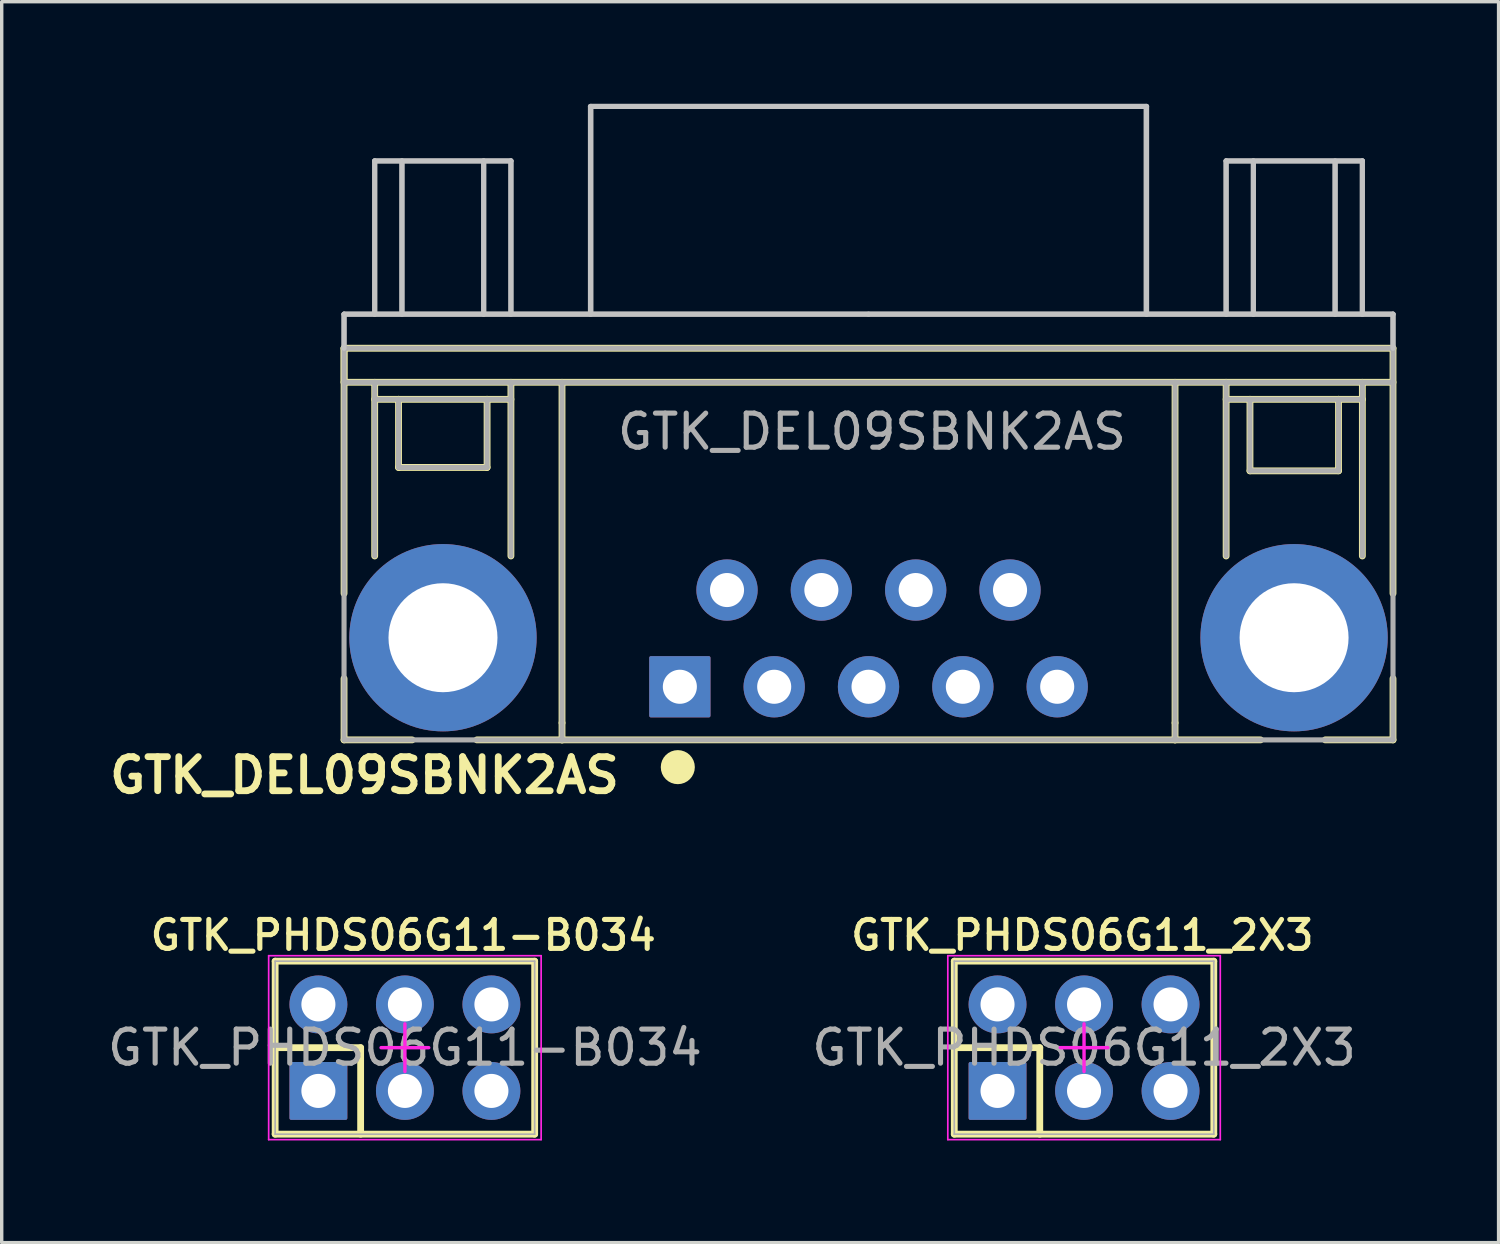
<source format=kicad_pcb>
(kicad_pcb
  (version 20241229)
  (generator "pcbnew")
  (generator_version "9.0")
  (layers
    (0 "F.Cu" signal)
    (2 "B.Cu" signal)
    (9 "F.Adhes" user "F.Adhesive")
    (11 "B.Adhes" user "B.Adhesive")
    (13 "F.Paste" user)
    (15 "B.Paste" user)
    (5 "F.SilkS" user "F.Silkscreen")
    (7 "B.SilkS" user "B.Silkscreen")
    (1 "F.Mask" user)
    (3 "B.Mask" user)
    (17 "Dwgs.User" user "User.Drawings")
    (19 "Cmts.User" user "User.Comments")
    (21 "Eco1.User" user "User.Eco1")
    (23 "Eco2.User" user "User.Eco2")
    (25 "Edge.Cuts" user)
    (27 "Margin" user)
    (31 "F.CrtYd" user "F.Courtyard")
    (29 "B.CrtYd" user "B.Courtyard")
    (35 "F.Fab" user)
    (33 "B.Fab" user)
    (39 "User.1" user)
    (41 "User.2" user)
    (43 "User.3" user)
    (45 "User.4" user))
  (footprint "GTK_DEL09SBNK2AS"
    (layer "F.Cu")
    (at 22.452 6.175)
    (property "Reference" "GTK_DEL09SBNK2AS" (at -14.8 13.54 180) (layer "F.SilkS") (effects (font (size 1 1) (thickness 0.2))))
    (attr through_hole)
    (fp_line (start -15.4 1) (end -15.4 2) (stroke (width 0.2) (type solid)) (layer "F.SilkS"))
    (fp_line (start -15.4 1) (end -15.4 8.2) (stroke (width 0.2) (type solid)) (layer "F.SilkS"))
    (fp_line (start -15.4 12.5) (end -15.4 10.7) (stroke (width 0.2) (type solid)) (layer "F.SilkS"))
    (fp_line (start -14.5 7.1) (end -14.5 2) (stroke (width 0.2) (type solid)) (layer "F.SilkS"))
    (fp_line (start -13.8 2.5) (end -14.5 2.5) (stroke (width 0.2) (type solid)) (layer "F.SilkS"))
    (fp_line (start -13.8 2.5) (end -11.2 2.5) (stroke (width 0.2) (type solid)) (layer "F.SilkS"))
    (fp_line (start -13.8 4.5) (end -13.8 2.5) (stroke (width 0.2) (type solid)) (layer "F.SilkS"))
    (fp_line (start -13.4 12.5) (end -15.4 12.5) (stroke (width 0.2) (type solid)) (layer "F.SilkS"))
    (fp_line (start -11.5 12.5) (end -8.99 12.5) (stroke (width 0.2) (type solid)) (layer "F.SilkS"))
    (fp_line (start -11.2 2.5) (end -11.2 4.5) (stroke (width 0.2) (type solid)) (layer "F.SilkS"))
    (fp_line (start -11.2 2.5) (end -10.5 2.5) (stroke (width 0.2) (type solid)) (layer "F.SilkS"))
    (fp_line (start -11.2 4.5) (end -13.8 4.5) (stroke (width 0.2) (type solid)) (layer "F.SilkS"))
    (fp_line (start -10.5 7.1) (end -10.5 2) (stroke (width 0.2) (type solid)) (layer "F.SilkS"))
    (fp_line (start -9 2) (end -9 12) (stroke (width 0.2) (type solid)) (layer "F.SilkS"))
    (fp_line (start -9 12) (end -9 12.5) (stroke (width 0.2) (type solid)) (layer "F.SilkS"))
    (fp_line (start 9 12) (end 9 2) (stroke (width 0.2) (type solid)) (layer "F.SilkS"))
    (fp_line (start 9 12) (end 9 12.5) (stroke (width 0.2) (type solid)) (layer "F.SilkS"))
    (fp_line (start 9 12.5) (end -9 12.5) (stroke (width 0.2) (type solid)) (layer "F.SilkS"))
    (fp_line (start 9 12.5) (end 11.51 12.5) (stroke (width 0.2) (type solid)) (layer "F.SilkS"))
    (fp_line (start 10.5 2.5) (end 11.2 2.5) (stroke (width 0.2) (type solid)) (layer "F.SilkS"))
    (fp_line (start 10.5 7.1) (end 10.5 2) (stroke (width 0.2) (type solid)) (layer "F.SilkS"))
    (fp_line (start 11.2 2.5) (end 13.8 2.5) (stroke (width 0.2) (type solid)) (layer "F.SilkS"))
    (fp_line (start 11.2 4.6) (end 11.2 2.5) (stroke (width 0.2) (type solid)) (layer "F.SilkS"))
    (fp_line (start 13.8 2.5) (end 13.8 4.6) (stroke (width 0.2) (type solid)) (layer "F.SilkS"))
    (fp_line (start 13.8 2.5) (end 14.5 2.5) (stroke (width 0.2) (type solid)) (layer "F.SilkS"))
    (fp_line (start 13.8 4.6) (end 11.2 4.6) (stroke (width 0.2) (type solid)) (layer "F.SilkS"))
    (fp_line (start 14.5 7.1) (end 14.5 2) (stroke (width 0.2) (type solid)) (layer "F.SilkS"))
    (fp_line (start 15.4 1) (end -15.4 1) (stroke (width 0.2) (type solid)) (layer "F.SilkS"))
    (fp_line (start 15.4 1) (end 15.4 8.2) (stroke (width 0.2) (type solid)) (layer "F.SilkS"))
    (fp_line (start 15.4 2) (end -15.4 2) (stroke (width 0.2) (type solid)) (layer "F.SilkS"))
    (fp_line (start 15.4 2) (end 15.4 1) (stroke (width 0.15) (type solid)) (layer "F.SilkS"))
    (fp_line (start 15.4 12.5) (end 13.41 12.5) (stroke (width 0.2) (type solid)) (layer "F.SilkS"))
    (fp_line (start 15.4 12.5) (end 15.4 10.7) (stroke (width 0.2) (type solid)) (layer "F.SilkS"))
    (fp_circle (center -5.6 13.3) (end -5.35 13.3) (stroke (width 0.5) (type solid)) (fill no) (layer "F.SilkS"))
    (fp_line (start -15.4 1) (end -15.4 0) (stroke (width 0.15) (type solid)) (layer "Dwgs.User"))
    (fp_line (start -14.5 -4.5) (end -10.5 -4.5) (stroke (width 0.15) (type solid)) (layer "Dwgs.User"))
    (fp_line (start -14.5 0) (end -14.5 -4.5) (stroke (width 0.15) (type solid)) (layer "Dwgs.User"))
    (fp_line (start -13.7 -4.5) (end -13.7 0) (stroke (width 0.15) (type solid)) (layer "Dwgs.User"))
    (fp_line (start -11.3 0) (end -11.3 -4.5) (stroke (width 0.15) (type solid)) (layer "Dwgs.User"))
    (fp_line (start -10.5 -4.5) (end -10.5 0) (stroke (width 0.15) (type solid)) (layer "Dwgs.User"))
    (fp_line (start -8.165 -6.1) (end -8.165 0) (stroke (width 0.15) (type solid)) (layer "Dwgs.User"))
    (fp_line (start 0 0) (end -15.4 0) (stroke (width 0.15) (type solid)) (layer "Dwgs.User"))
    (fp_line (start 0 0) (end 15.4 0) (stroke (width 0.15) (type solid)) (layer "Dwgs.User"))
    (fp_line (start 8.165 -6.1) (end -8.165 -6.1) (stroke (width 0.15) (type solid)) (layer "Dwgs.User"))
    (fp_line (start 8.165 0) (end 8.165 -6.1) (stroke (width 0.15) (type solid)) (layer "Dwgs.User"))
    (fp_line (start 10.5 -4.5) (end 14.5 -4.5) (stroke (width 0.15) (type solid)) (layer "Dwgs.User"))
    (fp_line (start 10.5 0) (end 10.5 -4.5) (stroke (width 0.15) (type solid)) (layer "Dwgs.User"))
    (fp_line (start 11.3 -4.5) (end 11.3 0) (stroke (width 0.15) (type solid)) (layer "Dwgs.User"))
    (fp_line (start 13.7 0) (end 13.7 -4.5) (stroke (width 0.15) (type solid)) (layer "Dwgs.User"))
    (fp_line (start 14.5 -4.5) (end 14.5 0) (stroke (width 0.15) (type solid)) (layer "Dwgs.User"))
    (fp_line (start 15.4 1) (end 15.4 0) (stroke (width 0.15) (type solid)) (layer "Dwgs.User"))
    (fp_line (start -15.4 0) (end -15.4 1) (stroke (width 0.15) (type solid)) (layer "F.Fab"))
    (fp_line (start -15.4 1) (end 15.4 1) (stroke (width 0.15) (type solid)) (layer "F.Fab"))
    (fp_line (start -15.4 2) (end 15.4 2) (stroke (width 0.15) (type solid)) (layer "F.Fab"))
    (fp_line (start -15.4 12.5) (end -15.4 1) (stroke (width 0.15) (type solid)) (layer "F.Fab"))
    (fp_line (start -14.5 -4.5) (end -10.5 -4.5) (stroke (width 0.15) (type solid)) (layer "F.Fab"))
    (fp_line (start -14.5 0) (end -14.5 -4.5) (stroke (width 0.15) (type solid)) (layer "F.Fab"))
    (fp_line (start -14.5 2.5) (end -10.5 2.5) (stroke (width 0.15) (type solid)) (layer "F.Fab"))
    (fp_line (start -14.5 7.1) (end -14.5 2) (stroke (width 0.15) (type solid)) (layer "F.Fab"))
    (fp_line (start -13.8 4.5) (end -13.8 2.5) (stroke (width 0.15) (type solid)) (layer "F.Fab"))
    (fp_line (start -13.7 -4.5) (end -13.7 0) (stroke (width 0.15) (type solid)) (layer "F.Fab"))
    (fp_line (start -11.3 0) (end -11.3 -4.5) (stroke (width 0.15) (type solid)) (layer "F.Fab"))
    (fp_line (start -11.2 2.5) (end -11.2 4.5) (stroke (width 0.15) (type solid)) (layer "F.Fab"))
    (fp_line (start -11.2 4.5) (end -13.8 4.5) (stroke (width 0.15) (type solid)) (layer "F.Fab"))
    (fp_line (start -10.5 -4.5) (end -10.5 0) (stroke (width 0.15) (type solid)) (layer "F.Fab"))
    (fp_line (start -10.5 2) (end -10.5 7.1) (stroke (width 0.15) (type solid)) (layer "F.Fab"))
    (fp_line (start -9 12.5) (end -9 2) (stroke (width 0.15) (type solid)) (layer "F.Fab"))
    (fp_line (start -8.15 -6.1) (end 8.15 -6.1) (stroke (width 0.15) (type solid)) (layer "F.Fab"))
    (fp_line (start -8.15 0) (end -8.15 -6.1) (stroke (width 0.15) (type solid)) (layer "F.Fab"))
    (fp_line (start 8.15 -6.1) (end 8.15 0) (stroke (width 0.15) (type solid)) (layer "F.Fab"))
    (fp_line (start 9 2) (end 9 12.5) (stroke (width 0.15) (type solid)) (layer "F.Fab"))
    (fp_line (start 10.5 -4.5) (end 14.5 -4.5) (stroke (width 0.15) (type solid)) (layer "F.Fab"))
    (fp_line (start 10.5 0) (end 10.5 -4.5) (stroke (width 0.15) (type solid)) (layer "F.Fab"))
    (fp_line (start 10.5 2.5) (end 14.5 2.5) (stroke (width 0.15) (type solid)) (layer "F.Fab"))
    (fp_line (start 10.5 7.1) (end 10.5 2) (stroke (width 0.15) (type solid)) (layer "F.Fab"))
    (fp_line (start 11.2 4.6) (end 11.2 2.5) (stroke (width 0.15) (type solid)) (layer "F.Fab"))
    (fp_line (start 11.3 -4.5) (end 11.3 0) (stroke (width 0.15) (type solid)) (layer "F.Fab"))
    (fp_line (start 13.7 0) (end 13.7 -4.45) (stroke (width 0.15) (type solid)) (layer "F.Fab"))
    (fp_line (start 13.8 2.5) (end 13.8 4.6) (stroke (width 0.15) (type solid)) (layer "F.Fab"))
    (fp_line (start 13.8 4.6) (end 11.2 4.6) (stroke (width 0.15) (type solid)) (layer "F.Fab"))
    (fp_line (start 14.5 -4.5) (end 14.5 -0.05) (stroke (width 0.15) (type solid)) (layer "F.Fab"))
    (fp_line (start 14.5 -0.05) (end 14.5 0) (stroke (width 0.15) (type solid)) (layer "F.Fab"))
    (fp_line (start 14.5 2) (end 14.5 7.1) (stroke (width 0.15) (type solid)) (layer "F.Fab"))
    (fp_line (start 15.4 0) (end -15.4 0) (stroke (width 0.15) (type solid)) (layer "F.Fab"))
    (fp_line (start 15.4 1) (end 15.4 0) (stroke (width 0.15) (type solid)) (layer "F.Fab"))
    (fp_line (start 15.4 1) (end 15.4 12.5) (stroke (width 0.15) (type solid)) (layer "F.Fab"))
    (fp_line (start 15.4 12.5) (end -15.4 12.5) (stroke (width 0.15) (type solid)) (layer "F.Fab"))
    (fp_text user "${REFERENCE}" (at 0.1 3.45 0) (layer "F.Fab") (effects (font (size 1 1) (thickness 0.15))))
    (pad "1" thru_hole roundrect (at -5.54 10.94) (size 1.8 1.8) (drill 1) (layers "*.Cu" "*.Mask") (roundrect_rratio 0.028))
    (pad "2" thru_hole oval (at -2.77 10.94) (size 1.8 1.8) (drill 1) (layers "*.Cu" "*.Mask"))
    (pad "3" thru_hole oval (at 0 10.94) (size 1.8 1.8) (drill 1) (layers "*.Cu" "*.Mask"))
    (pad "4" thru_hole oval (at 2.77 10.94) (size 1.8 1.8) (drill 1) (layers "*.Cu" "*.Mask"))
    (pad "5" thru_hole circle (at 5.54 10.94) (size 1.8 1.8) (drill 1) (layers "*.Cu" "*.Mask"))
    (pad "6" thru_hole oval (at -4.155 8.1) (size 1.8 1.8) (drill 1) (layers "*.Cu" "*.Mask"))
    (pad "7" thru_hole oval (at -1.385 8.1) (size 1.8 1.8) (drill 1) (layers "*.Cu" "*.Mask"))
    (pad "8" thru_hole oval (at 1.385 8.1) (size 1.8 1.8) (drill 1) (layers "*.Cu" "*.Mask"))
    (pad "9" thru_hole oval (at 4.155 8.1) (size 1.8 1.8) (drill 1) (layers "*.Cu" "*.Mask"))
    (pad "G1" thru_hole circle (at -12.495 9.5) (size 5.5 5.5) (drill 3.2) (layers "*.Cu" "*.Mask"))
    (pad "G2" thru_hole circle (at 12.495 9.5) (size 5.5 5.5) (drill 3.2) (layers "*.Cu" "*.Mask")))
  (footprint "GTK_PHDS06G11-B034"
    (layer "F.Cu")
    (at 8.839 27.712)
    (property "Reference" "GTK_PHDS06G11-B034" (at -0.05 -3.3 180) (layer "F.SilkS") (effects (font (size 0.85 0.85) (thickness 0.15))))
    (attr through_hole)
    (fp_line (start -3.81 -2.54) (end 3.81 -2.54) (stroke (width 0.2) (type solid)) (layer "F.SilkS"))
    (fp_line (start -3.81 0) (end -1.3 0) (stroke (width 0.2) (type solid)) (layer "F.SilkS"))
    (fp_line (start -3.81 2.54) (end -3.81 -2.54) (stroke (width 0.2) (type solid)) (layer "F.SilkS"))
    (fp_line (start -1.3 0) (end -1.3 2.54) (stroke (width 0.2) (type solid)) (layer "F.SilkS"))
    (fp_line (start 3.81 -2.54) (end 3.81 2.54) (stroke (width 0.2) (type solid)) (layer "F.SilkS"))
    (fp_line (start 3.81 2.54) (end -3.81 2.54) (stroke (width 0.2) (type solid)) (layer "F.SilkS"))
    (fp_line (start -4 -2.7) (end 4 -2.7) (stroke (width 0.05) (type solid)) (layer "F.CrtYd"))
    (fp_line (start -4 2.7) (end -4 -2.7) (stroke (width 0.05) (type solid)) (layer "F.CrtYd"))
    (fp_line (start 0 -0.7) (end 0 0.7) (stroke (width 0.1) (type solid)) (layer "F.CrtYd"))
    (fp_line (start 0.7 0) (end -0.7 0) (stroke (width 0.1) (type solid)) (layer "F.CrtYd"))
    (fp_line (start 4 -2.7) (end 4 2.7) (stroke (width 0.05) (type solid)) (layer "F.CrtYd"))
    (fp_line (start 4 2.7) (end -4 2.7) (stroke (width 0.05) (type solid)) (layer "F.CrtYd"))
    (fp_line (start -3.81 -2.54) (end 3.81 -2.54) (stroke (width 0.05) (type solid)) (layer "F.Fab"))
    (fp_line (start -3.81 2.54) (end -3.81 -2.54) (stroke (width 0.05) (type solid)) (layer "F.Fab"))
    (fp_line (start 3.81 -2.54) (end 3.81 2.54) (stroke (width 0.05) (type solid)) (layer "F.Fab"))
    (fp_line (start 3.81 2.54) (end -3.81 2.54) (stroke (width 0.05) (type solid)) (layer "F.Fab"))
    (fp_text user "${REFERENCE}" (at 0 0 0) (layer "F.Fab") (effects (font (size 1 1) (thickness 0.15))))
    (pad "1" thru_hole roundrect (at -2.54 1.27) (size 1.7 1.7) (drill 1) (layers "*.Cu" "*.Mask") (roundrect_rratio 0.03))
    (pad "2" thru_hole circle (at -2.54 -1.27) (size 1.7 1.7) (drill 1) (layers "*.Cu" "*.Mask"))
    (pad "3" thru_hole circle (at 0 1.27) (size 1.7 1.7) (drill 1) (layers "*.Cu" "*.Mask"))
    (pad "4" thru_hole circle (at 0 -1.27) (size 1.7 1.7) (drill 1) (layers "*.Cu" "*.Mask"))
    (pad "5" thru_hole circle (at 2.54 1.27) (size 1.7 1.7) (drill 1) (layers "*.Cu" "*.Mask"))
    (pad "6" thru_hole circle (at 2.54 -1.27) (size 1.7 1.7) (drill 1) (layers "*.Cu" "*.Mask")))
  (footprint "GTK_PHDS06G11_2X3"
    (layer "F.Cu")
    (at 28.78 27.712)
    (property "Reference" "GTK_PHDS06G11_2X3" (at -0.05 -3.3 180) (layer "F.SilkS") (effects (font (size 0.85 0.85) (thickness 0.15))))
    (attr through_hole)
    (fp_line (start -3.81 -2.54) (end 3.81 -2.54) (stroke (width 0.2) (type solid)) (layer "F.SilkS"))
    (fp_line (start -3.81 0) (end -1.3 0) (stroke (width 0.2) (type solid)) (layer "F.SilkS"))
    (fp_line (start -3.81 2.54) (end -3.81 -2.54) (stroke (width 0.2) (type solid)) (layer "F.SilkS"))
    (fp_line (start -1.3 0) (end -1.3 2.54) (stroke (width 0.2) (type solid)) (layer "F.SilkS"))
    (fp_line (start 3.81 -2.54) (end 3.81 2.54) (stroke (width 0.2) (type solid)) (layer "F.SilkS"))
    (fp_line (start 3.81 2.54) (end -3.81 2.54) (stroke (width 0.2) (type solid)) (layer "F.SilkS"))
    (fp_line (start -4 -2.7) (end 4 -2.7) (stroke (width 0.05) (type solid)) (layer "F.CrtYd"))
    (fp_line (start -4 2.7) (end -4 -2.7) (stroke (width 0.05) (type solid)) (layer "F.CrtYd"))
    (fp_line (start 0 -0.7) (end 0 0.7) (stroke (width 0.1) (type solid)) (layer "F.CrtYd"))
    (fp_line (start 0.7 0) (end -0.7 0) (stroke (width 0.1) (type solid)) (layer "F.CrtYd"))
    (fp_line (start 4 -2.7) (end 4 2.7) (stroke (width 0.05) (type solid)) (layer "F.CrtYd"))
    (fp_line (start 4 2.7) (end -4 2.7) (stroke (width 0.05) (type solid)) (layer "F.CrtYd"))
    (fp_line (start -3.81 -2.54) (end 3.81 -2.54) (stroke (width 0.05) (type solid)) (layer "F.Fab"))
    (fp_line (start -3.81 2.54) (end -3.81 -2.54) (stroke (width 0.05) (type solid)) (layer "F.Fab"))
    (fp_line (start 3.81 -2.54) (end 3.81 2.54) (stroke (width 0.05) (type solid)) (layer "F.Fab"))
    (fp_line (start 3.81 2.54) (end -3.81 2.54) (stroke (width 0.05) (type solid)) (layer "F.Fab"))
    (fp_text user "${REFERENCE}" (at 0 0 0) (layer "F.Fab") (effects (font (size 1 1) (thickness 0.15))))
    (pad "1" thru_hole roundrect (at -2.54 1.27) (size 1.7 1.7) (drill 1) (layers "*.Cu" "*.Mask") (roundrect_rratio 0.03))
    (pad "2" thru_hole circle (at -2.54 -1.27) (size 1.7 1.7) (drill 1) (layers "*.Cu" "*.Mask"))
    (pad "3" thru_hole circle (at 0 1.27) (size 1.7 1.7) (drill 1) (layers "*.Cu" "*.Mask"))
    (pad "4" thru_hole circle (at 0 -1.27) (size 1.7 1.7) (drill 1) (layers "*.Cu" "*.Mask"))
    (pad "5" thru_hole circle (at 2.54 1.27) (size 1.7 1.7) (drill 1) (layers "*.Cu" "*.Mask"))
    (pad "6" thru_hole circle (at 2.54 -1.27) (size 1.7 1.7) (drill 1) (layers "*.Cu" "*.Mask")))
  (gr_rect
    (start -3 -3)
    (end 40.952 33.437)
    (stroke (width 0.1) (type default))
    (fill no)
    (layer "Edge.Cuts")))
</source>
